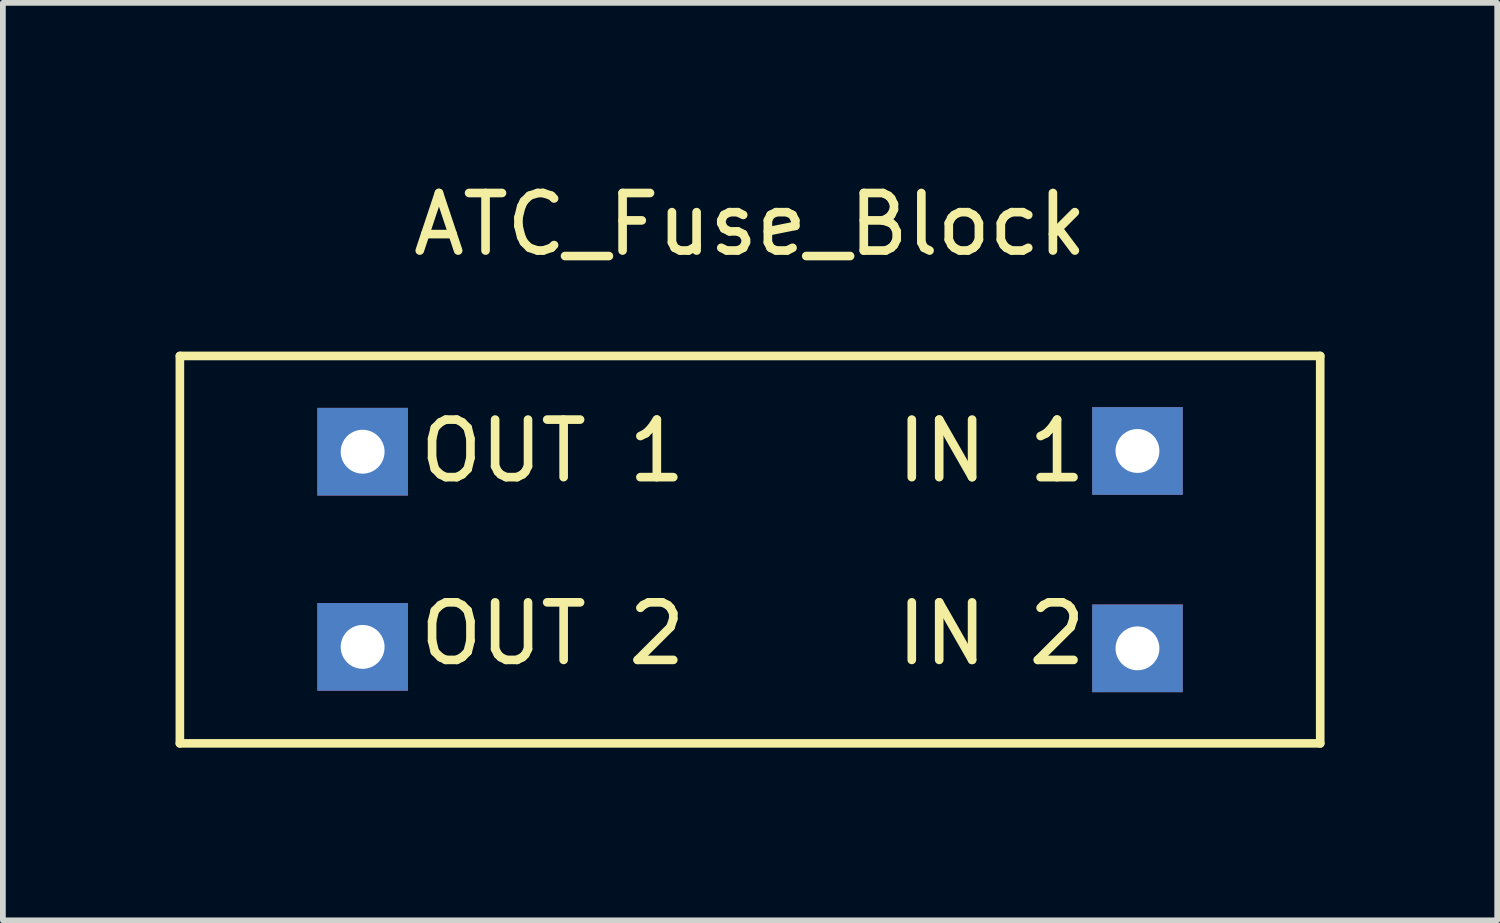
<source format=kicad_pcb>
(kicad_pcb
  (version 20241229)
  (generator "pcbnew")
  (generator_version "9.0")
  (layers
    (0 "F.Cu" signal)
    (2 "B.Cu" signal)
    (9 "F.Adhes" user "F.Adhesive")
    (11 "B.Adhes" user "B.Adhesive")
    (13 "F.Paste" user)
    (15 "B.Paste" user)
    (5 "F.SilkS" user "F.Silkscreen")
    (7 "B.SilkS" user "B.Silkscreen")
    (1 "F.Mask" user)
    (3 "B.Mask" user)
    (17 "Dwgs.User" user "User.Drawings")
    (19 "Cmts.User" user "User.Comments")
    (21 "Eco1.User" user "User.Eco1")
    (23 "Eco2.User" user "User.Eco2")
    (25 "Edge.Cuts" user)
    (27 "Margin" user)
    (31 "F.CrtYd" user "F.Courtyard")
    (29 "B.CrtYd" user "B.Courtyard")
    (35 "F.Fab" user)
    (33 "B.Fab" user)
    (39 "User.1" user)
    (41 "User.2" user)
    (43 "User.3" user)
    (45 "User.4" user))
  (footprint "ATC_Fuse_Block"
    (layer "F.Cu")
    (at 16.712 4.785)
    (property "Reference" "ATC_Fuse_Block" (at -6.731 -3.937 0) (layer "F.SilkS") (effects (font (size 1 1) (thickness 0.15))))
    (attr through_hole)
    (fp_line (start -16.637 -1.651) (end -16.637 5.08) (stroke (width 0.15) (type solid)) (layer "F.SilkS"))
    (fp_line (start -16.637 -1.651) (end 3.175 -1.651) (stroke (width 0.15) (type solid)) (layer "F.SilkS"))
    (fp_line (start -16.637 5.08) (end 3.175 5.08) (stroke (width 0.15) (type solid)) (layer "F.SilkS"))
    (fp_line (start 3.175 -1.651) (end 3.175 5.08) (stroke (width 0.15) (type solid)) (layer "F.SilkS"))
    (fp_text user "OUT 2" (at -10.16 3.175 0) (layer "F.SilkS") (effects (font (size 1 1) (thickness 0.15))))
    (fp_text user "OUT 1" (at -10.16 0 0) (layer "F.SilkS") (effects (font (size 1 1) (thickness 0.15))))
    (fp_text user "IN 2" (at -2.54 3.175 0) (layer "F.SilkS") (effects (font (size 1 1) (thickness 0.15))))
    (fp_text user "IN 1" (at -2.54 0 0) (layer "F.SilkS") (effects (font (size 1 1) (thickness 0.15))))
    (pad "1" thru_hole rect (at 0 0) (size 1.575 1.524) (drill 0.762) (layers "*.Cu" "*.Mask"))
    (pad "2" thru_hole rect (at 0 3.429) (size 1.575 1.524) (drill 0.762) (layers "*.Cu" "*.Mask"))
    (pad "3" thru_hole rect (at -13.462 0.013) (size 1.575 1.524) (drill 0.762) (layers "*.Cu" "*.Mask"))
    (pad "4" thru_hole rect (at -13.462 3.404) (size 1.575 1.524) (drill 0.762) (layers "*.Cu" "*.Mask")))
  (gr_rect
    (start -3 -3)
    (end 22.962 12.94)
    (stroke (width 0.1) (type default))
    (fill no)
    (layer "Edge.Cuts")))
</source>
